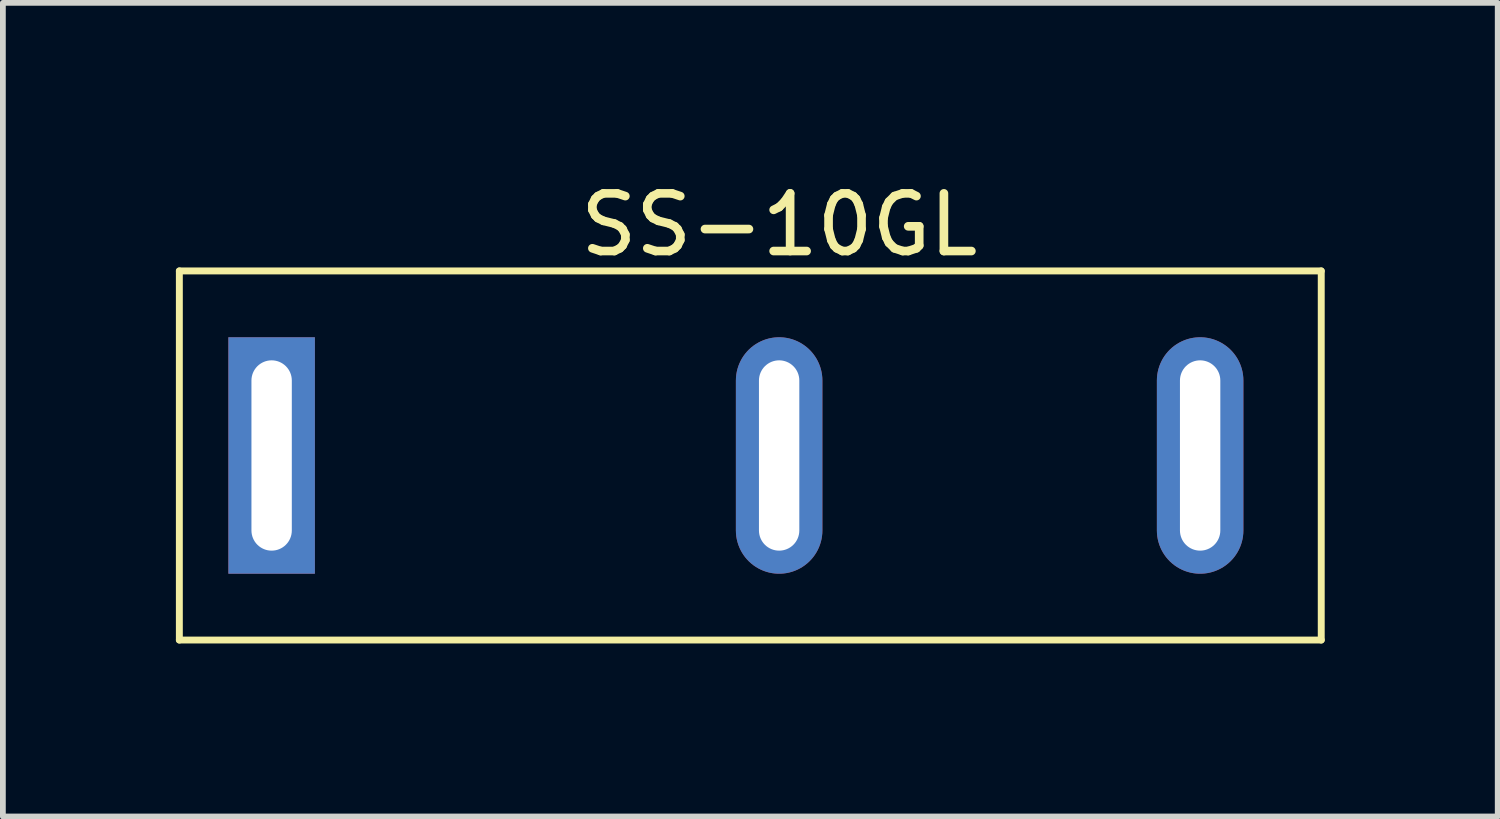
<source format=kicad_pcb>
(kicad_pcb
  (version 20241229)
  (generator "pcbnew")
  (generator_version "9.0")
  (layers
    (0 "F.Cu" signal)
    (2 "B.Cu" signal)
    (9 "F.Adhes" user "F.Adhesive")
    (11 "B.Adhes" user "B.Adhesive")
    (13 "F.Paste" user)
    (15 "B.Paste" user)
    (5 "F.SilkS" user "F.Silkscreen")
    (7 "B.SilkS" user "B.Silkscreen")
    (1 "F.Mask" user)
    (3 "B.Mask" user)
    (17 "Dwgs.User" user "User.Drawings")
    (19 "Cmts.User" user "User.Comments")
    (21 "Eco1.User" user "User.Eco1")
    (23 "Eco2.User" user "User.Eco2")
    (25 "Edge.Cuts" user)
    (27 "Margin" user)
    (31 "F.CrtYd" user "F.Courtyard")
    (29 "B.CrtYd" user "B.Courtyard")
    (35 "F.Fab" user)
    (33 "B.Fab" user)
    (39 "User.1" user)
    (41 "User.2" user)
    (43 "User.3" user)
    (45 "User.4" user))
  (footprint "SS-10GL"
    (layer "F.Cu")
    (at 10.46 4.848)
    (property "Reference" "SS-10GL" (at 0 -4 0) (layer "F.SilkS") (effects (font (size 1 1) (thickness 0.15))))
    (attr through_hole)
    (fp_line (start -10.4 3.2) (end -10.4 -3.2) (stroke (width 0.12) (type solid)) (layer "F.SilkS"))
    (fp_line (start 9.4 -3.2) (end -10.4 -3.2) (stroke (width 0.12) (type solid)) (layer "F.SilkS"))
    (fp_line (start 9.4 -3.2) (end 9.4 3.2) (stroke (width 0.12) (type solid)) (layer "F.SilkS"))
    (fp_line (start 9.4 3.2) (end -10.4 3.2) (stroke (width 0.12) (type solid)) (layer "F.SilkS"))
    (pad "1" thru_hole rect (at -8.8 0) (size 1.5 4.1) (drill oval 0.7 3.3) (layers "*.Cu" "*.Mask"))
    (pad "2" thru_hole oval (at 0 0) (size 1.5 4.1) (drill oval 0.7 3.3) (layers "*.Cu" "*.Mask"))
    (pad "3" thru_hole oval (at 7.3 0) (size 1.5 4.1) (drill oval 0.7 3.3) (layers "*.Cu" "*.Mask")))
  (gr_rect
    (start -3 -3)
    (end 22.92 11.108)
    (stroke (width 0.1) (type default))
    (fill no)
    (layer "Edge.Cuts")))
</source>
